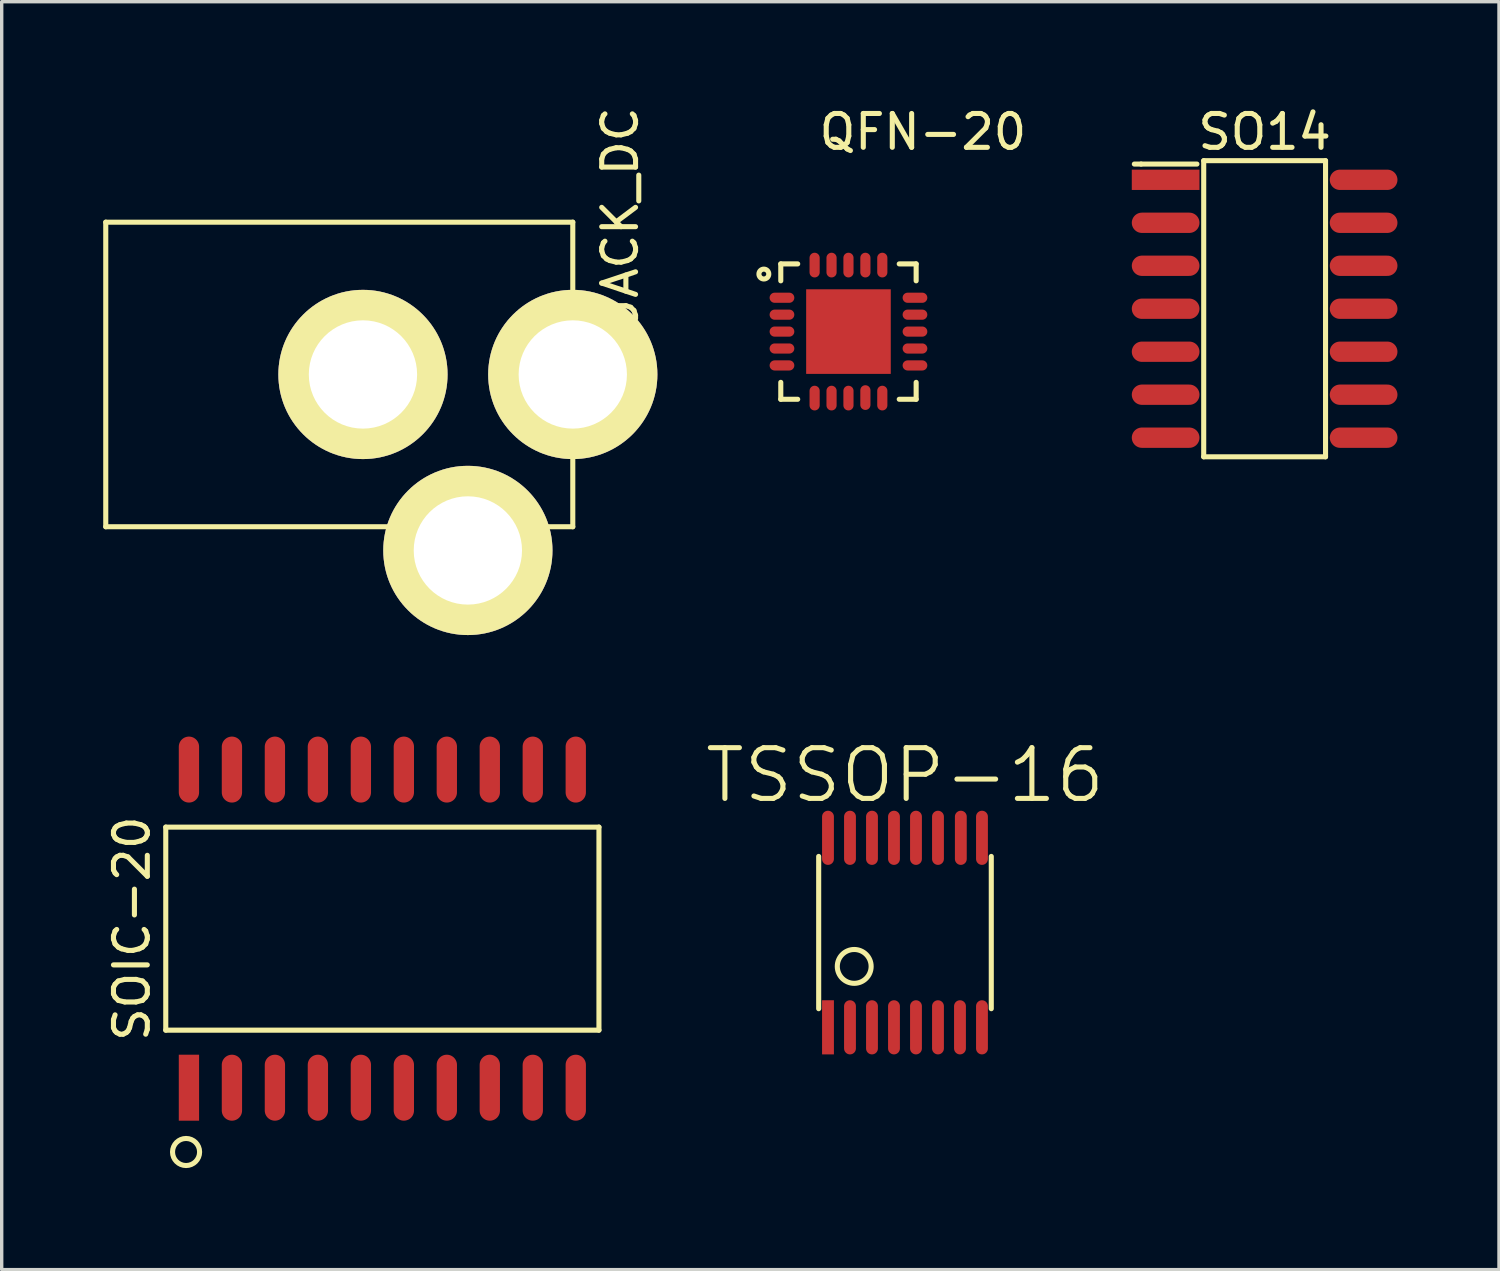
<source format=kicad_pcb>
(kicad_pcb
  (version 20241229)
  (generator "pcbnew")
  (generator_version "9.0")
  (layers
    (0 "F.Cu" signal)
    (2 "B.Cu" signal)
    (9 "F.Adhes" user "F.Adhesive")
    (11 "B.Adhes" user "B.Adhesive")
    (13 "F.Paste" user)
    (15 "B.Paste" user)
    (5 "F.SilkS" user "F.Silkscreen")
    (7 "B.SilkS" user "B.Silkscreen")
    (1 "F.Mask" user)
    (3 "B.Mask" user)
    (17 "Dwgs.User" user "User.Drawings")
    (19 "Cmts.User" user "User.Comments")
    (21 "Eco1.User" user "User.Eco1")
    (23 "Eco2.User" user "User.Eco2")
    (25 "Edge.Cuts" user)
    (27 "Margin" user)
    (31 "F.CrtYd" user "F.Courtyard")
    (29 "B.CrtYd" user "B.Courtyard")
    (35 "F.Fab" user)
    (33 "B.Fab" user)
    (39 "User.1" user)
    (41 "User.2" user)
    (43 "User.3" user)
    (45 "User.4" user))
  (footprint "SO14"
    (layer "F.Cu")
    (at 34.318 6.073)
    (property "Reference" "SO14" (at 0 -5.225 0) (layer "F.SilkS") (effects (font (size 1 1) (thickness 0.15))))
    (attr through_hole)
    (fp_line (start -3.85 -4.275) (end -3.65 -4.275) (stroke (width 0.15) (type solid)) (layer "F.SilkS"))
    (fp_line (start -3.65 -4.275) (end -2 -4.275) (stroke (width 0.15) (type solid)) (layer "F.SilkS"))
    (fp_line (start -1.8 -4.375) (end -1.8 4.375) (stroke (width 0.15) (type solid)) (layer "F.SilkS"))
    (fp_line (start -1.8 4.375) (end 1.8 4.375) (stroke (width 0.15) (type solid)) (layer "F.SilkS"))
    (fp_line (start 1.8 -4.375) (end -1.8 -4.375) (stroke (width 0.15) (type solid)) (layer "F.SilkS"))
    (fp_line (start 1.8 4.375) (end 1.8 -4.375) (stroke (width 0.15) (type solid)) (layer "F.SilkS"))
    (pad "1" smd rect (at -2.925 -3.81) (size 2 0.6) (layers "F.Cu" "F.Mask" "F.Paste"))
    (pad "2" smd oval (at -2.925 -2.54) (size 2 0.6) (layers "F.Cu" "F.Mask" "F.Paste"))
    (pad "3" smd oval (at -2.925 -1.27) (size 2 0.6) (layers "F.Cu" "F.Mask" "F.Paste"))
    (pad "4" smd oval (at -2.925 0) (size 2 0.6) (layers "F.Cu" "F.Mask" "F.Paste"))
    (pad "5" smd oval (at -2.925 1.27) (size 2 0.6) (layers "F.Cu" "F.Mask" "F.Paste"))
    (pad "6" smd oval (at -2.925 2.54) (size 2 0.6) (layers "F.Cu" "F.Mask" "F.Paste"))
    (pad "7" smd oval (at -2.925 3.81) (size 2 0.6) (layers "F.Cu" "F.Mask" "F.Paste"))
    (pad "8" smd oval (at 2.925 3.81) (size 2 0.6) (layers "F.Cu" "F.Mask" "F.Paste"))
    (pad "9" smd oval (at 2.925 2.54) (size 2 0.6) (layers "F.Cu" "F.Mask" "F.Paste"))
    (pad "10" smd oval (at 2.925 1.27) (size 2 0.6) (layers "F.Cu" "F.Mask" "F.Paste"))
    (pad "11" smd oval (at 2.925 0) (size 2 0.6) (layers "F.Cu" "F.Mask" "F.Paste"))
    (pad "12" smd oval (at 2.925 -1.27) (size 2 0.6) (layers "F.Cu" "F.Mask" "F.Paste"))
    (pad "13" smd oval (at 2.925 -2.54) (size 2 0.6) (layers "F.Cu" "F.Mask" "F.Paste"))
    (pad "14" smd oval (at 2.925 -3.81) (size 2 0.6) (layers "F.Cu" "F.Mask" "F.Paste")))
  (footprint "SOIC-20"
    (layer "F.Cu")
    (at 8.248 24.39)
    (property "Reference" "SOIC-20" (at -7.4 0 90) (layer "F.SilkS") (effects (font (size 1 1) (thickness 0.15))))
    (attr through_hole)
    (fp_line (start -6.4 -3) (end -6.4 3) (stroke (width 0.15) (type solid)) (layer "F.SilkS"))
    (fp_line (start -6.4 -3) (end 6.4 -3) (stroke (width 0.15) (type solid)) (layer "F.SilkS"))
    (fp_line (start -6.4 3) (end 6.4 3) (stroke (width 0.15) (type solid)) (layer "F.SilkS"))
    (fp_line (start 6.4 -3) (end 6.4 3) (stroke (width 0.15) (type solid)) (layer "F.SilkS"))
    (fp_circle (center -5.8 6.6) (end -5.4 6.6) (stroke (width 0.15) (type solid)) (fill no) (layer "F.SilkS"))
    (pad "1" smd rect (at -5.715 4.7) (size 0.6 1.95) (layers "F.Cu" "F.Mask" "F.Paste"))
    (pad "2" smd oval (at -4.445 4.7) (size 0.6 1.95) (layers "F.Cu" "F.Mask" "F.Paste"))
    (pad "3" smd oval (at -3.175 4.7) (size 0.6 1.95) (layers "F.Cu" "F.Mask" "F.Paste"))
    (pad "4" smd oval (at -1.905 4.7) (size 0.6 1.95) (layers "F.Cu" "F.Mask" "F.Paste"))
    (pad "5" smd oval (at -0.635 4.7) (size 0.6 1.95) (layers "F.Cu" "F.Mask" "F.Paste"))
    (pad "6" smd oval (at 0.635 4.7) (size 0.6 1.95) (layers "F.Cu" "F.Mask" "F.Paste"))
    (pad "7" smd oval (at 1.905 4.7) (size 0.6 1.95) (layers "F.Cu" "F.Mask" "F.Paste"))
    (pad "8" smd oval (at 3.175 4.7) (size 0.6 1.95) (layers "F.Cu" "F.Mask" "F.Paste"))
    (pad "9" smd oval (at 4.445 4.7) (size 0.6 1.95) (layers "F.Cu" "F.Mask" "F.Paste"))
    (pad "10" smd oval (at 5.715 4.7) (size 0.6 1.95) (layers "F.Cu" "F.Mask" "F.Paste"))
    (pad "11" smd oval (at 5.715 -4.7) (size 0.6 1.95) (layers "F.Cu" "F.Mask" "F.Paste"))
    (pad "12" smd oval (at 4.445 -4.7) (size 0.6 1.95) (layers "F.Cu" "F.Mask" "F.Paste"))
    (pad "13" smd oval (at 3.175 -4.7) (size 0.6 1.95) (layers "F.Cu" "F.Mask" "F.Paste"))
    (pad "14" smd oval (at 1.905 -4.7) (size 0.6 1.95) (layers "F.Cu" "F.Mask" "F.Paste"))
    (pad "15" smd oval (at 0.635 -4.7) (size 0.6 1.95) (layers "F.Cu" "F.Mask" "F.Paste"))
    (pad "16" smd oval (at -0.635 -4.7) (size 0.6 1.95) (layers "F.Cu" "F.Mask" "F.Paste"))
    (pad "17" smd oval (at -1.905 -4.7) (size 0.6 1.95) (layers "F.Cu" "F.Mask" "F.Paste"))
    (pad "18" smd oval (at -3.175 -4.7) (size 0.6 1.95) (layers "F.Cu" "F.Mask" "F.Paste"))
    (pad "19" smd oval (at -4.445 -4.7) (size 0.6 1.95) (layers "F.Cu" "F.Mask" "F.Paste"))
    (pad "20" smd oval (at -5.715 -4.7) (size 0.6 1.95) (layers "F.Cu" "F.Mask" "F.Paste")))
  (footprint "QFN-20"
    (layer "F.Cu")
    (at 22.021 6.748)
    (property "Reference" "QFN-20" (at 2.2 -5.9 0) (layer "F.SilkS") (effects (font (size 1 1) (thickness 0.15))))
    (attr through_hole)
    (fp_line (start -2 -2) (end -2 -1.5) (stroke (width 0.15) (type solid)) (layer "F.SilkS"))
    (fp_line (start -2 1.5) (end -2 2) (stroke (width 0.15) (type solid)) (layer "F.SilkS"))
    (fp_line (start -2 2) (end -1.5 2) (stroke (width 0.15) (type solid)) (layer "F.SilkS"))
    (fp_line (start -1.5 -2) (end -2 -2) (stroke (width 0.15) (type solid)) (layer "F.SilkS"))
    (fp_line (start 1.5 -2) (end 2 -2) (stroke (width 0.15) (type solid)) (layer "F.SilkS"))
    (fp_line (start 1.5 2) (end 2 2) (stroke (width 0.15) (type solid)) (layer "F.SilkS"))
    (fp_line (start 2 -2) (end 2 -1.5) (stroke (width 0.15) (type solid)) (layer "F.SilkS"))
    (fp_line (start 2 2) (end 2 1.5) (stroke (width 0.15) (type solid)) (layer "F.SilkS"))
    (fp_circle (center -2.5 -1.7) (end -2.45 -1.75) (stroke (width 0.15) (type solid)) (fill no) (layer "F.SilkS"))
    (pad "" connect rect (at 0 0) (size 2.5 2.5) (layers "F.Cu" "F.Mask"))
    (pad "1" smd oval (at -1.965 -1) (size 0.73 0.3) (layers "F.Cu" "F.Mask" "F.Paste"))
    (pad "2" smd oval (at -1.965 -0.5) (size 0.73 0.3) (layers "F.Cu" "F.Mask" "F.Paste"))
    (pad "3" smd oval (at -1.965 0) (size 0.73 0.3) (layers "F.Cu" "F.Mask" "F.Paste"))
    (pad "4" smd oval (at -1.965 0.5) (size 0.73 0.3) (layers "F.Cu" "F.Mask" "F.Paste"))
    (pad "5" smd oval (at -1.965 1) (size 0.73 0.3) (layers "F.Cu" "F.Mask" "F.Paste"))
    (pad "6" smd oval (at -1 1.965) (size 0.3 0.73) (layers "F.Cu" "F.Mask" "F.Paste"))
    (pad "7" smd oval (at -0.5 1.965) (size 0.3 0.73) (layers "F.Cu" "F.Mask" "F.Paste"))
    (pad "8" smd oval (at 0 1.965) (size 0.3 0.73) (layers "F.Cu" "F.Mask" "F.Paste"))
    (pad "9" smd oval (at 0.5 1.95) (size 0.3 0.73) (layers "F.Cu" "F.Mask" "F.Paste"))
    (pad "10" smd oval (at 1 1.965) (size 0.3 0.73) (layers "F.Cu" "F.Mask" "F.Paste"))
    (pad "11" smd oval (at 1.965 1) (size 0.73 0.3) (layers "F.Cu" "F.Mask" "F.Paste"))
    (pad "12" smd oval (at 1.965 0.5) (size 0.73 0.3) (layers "F.Cu" "F.Mask" "F.Paste"))
    (pad "13" smd oval (at 1.965 0) (size 0.73 0.3) (layers "F.Cu" "F.Mask" "F.Paste"))
    (pad "14" smd oval (at 1.965 -0.5) (size 0.73 0.3) (layers "F.Cu" "F.Mask" "F.Paste"))
    (pad "15" smd oval (at 1.965 -1) (size 0.73 0.3) (layers "F.Cu" "F.Mask" "F.Paste"))
    (pad "16" smd oval (at 1 -1.965) (size 0.3 0.73) (layers "F.Cu" "F.Mask" "F.Paste"))
    (pad "17" smd oval (at 0.5 -1.965) (size 0.3 0.73) (layers "F.Cu" "F.Mask" "F.Paste"))
    (pad "18" smd oval (at 0 -1.965) (size 0.3 0.73) (layers "F.Cu" "F.Mask" "F.Paste"))
    (pad "19" smd oval (at -0.5 -1.965) (size 0.3 0.73) (layers "F.Cu" "F.Mask" "F.Paste"))
    (pad "20" smd oval (at -1 -1.965) (size 0.3 0.73) (layers "F.Cu" "F.Mask" "F.Paste")))
  (footprint "JACK_DC"
    (layer "F.Cu")
    (at 10.775 8.015)
    (property "Reference" "JACK_DC" (at 4.5 -4.7 270) (layer "F.SilkS") (effects (font (size 1 1) (thickness 0.15))))
    (attr through_hole)
    (fp_line (start -10.7 -4.5) (end -10.7 4.5) (stroke (width 0.15) (type solid)) (layer "F.SilkS"))
    (fp_line (start -10.7 4.5) (end 3.1 4.5) (stroke (width 0.15) (type solid)) (layer "F.SilkS"))
    (fp_line (start 3.1 -4.5) (end -10.7 -4.5) (stroke (width 0.15) (type solid)) (layer "F.SilkS"))
    (fp_line (start 3.1 -4.5) (end 3.1 4.5) (stroke (width 0.15) (type solid)) (layer "F.SilkS"))
    (pad "1" thru_hole circle (at 3.1 0) (size 5 5) (drill 3.2) (layers "*.Cu" "*.Mask" "F.SilkS"))
    (pad "2" thru_hole circle (at -3.1 0) (size 5 5) (drill 3.2) (layers "*.Cu" "*.Mask" "F.SilkS"))
    (pad "3" thru_hole circle (at 0 5.2) (size 5 5) (drill 3.2) (layers "*.Cu" "*.Mask" "F.SilkS")))
  (footprint "TSSOP-16"
    (layer "F.Cu")
    (at 23.691 24.506)
    (property "Reference" "TSSOP-16" (at 0 -4.65 0) (layer "F.SilkS") (effects (font (size 1.5 1.5) (thickness 0.15))))
    (attr through_hole)
    (fp_line (start -2.55 -2.25) (end -2.55 2.25) (stroke (width 0.15) (type solid)) (layer "F.SilkS"))
    (fp_line (start 2.55 -2.25) (end 2.55 2.25) (stroke (width 0.15) (type solid)) (layer "F.SilkS"))
    (fp_circle (center -1.5 1) (end -1.5 0.5) (stroke (width 0.15) (type solid)) (fill no) (layer "F.SilkS"))
    (pad "1" smd rect (at -2.275 2.8) (size 0.35 1.6) (layers "F.Cu" "F.Mask" "F.Paste"))
    (pad "2" smd oval (at -1.625 2.8) (size 0.35 1.6) (layers "F.Cu" "F.Mask" "F.Paste"))
    (pad "3" smd oval (at -0.975 2.8) (size 0.35 1.6) (layers "F.Cu" "F.Mask" "F.Paste"))
    (pad "4" smd oval (at -0.325 2.8) (size 0.35 1.6) (layers "F.Cu" "F.Mask" "F.Paste"))
    (pad "5" smd oval (at 0.325 2.8) (size 0.35 1.6) (layers "F.Cu" "F.Mask" "F.Paste"))
    (pad "6" smd oval (at 0.975 2.8) (size 0.35 1.6) (layers "F.Cu" "F.Mask" "F.Paste"))
    (pad "7" smd oval (at 1.625 2.8) (size 0.35 1.6) (layers "F.Cu" "F.Mask" "F.Paste"))
    (pad "8" smd oval (at 2.275 2.8) (size 0.35 1.6) (layers "F.Cu" "F.Mask" "F.Paste"))
    (pad "9" smd oval (at 2.275 -2.8) (size 0.35 1.6) (layers "F.Cu" "F.Mask" "F.Paste"))
    (pad "10" smd oval (at 1.65 -2.8) (size 0.35 1.6) (layers "F.Cu" "F.Mask" "F.Paste"))
    (pad "11" smd oval (at 0.975 -2.8) (size 0.35 1.6) (layers "F.Cu" "F.Mask" "F.Paste"))
    (pad "12" smd oval (at 0.325 -2.8) (size 0.35 1.6) (layers "F.Cu" "F.Mask" "F.Paste"))
    (pad "13" smd oval (at -0.325 -2.8) (size 0.35 1.6) (layers "F.Cu" "F.Mask" "F.Paste"))
    (pad "14" smd oval (at -0.975 -2.8) (size 0.35 1.6) (layers "F.Cu" "F.Mask" "F.Paste"))
    (pad "15" smd oval (at -1.625 -2.8) (size 0.35 1.6) (layers "F.Cu" "F.Mask" "F.Paste"))
    (pad "16" smd oval (at -2.275 -2.8) (size 0.35 1.6) (layers "F.Cu" "F.Mask" "F.Paste")))
  (gr_rect
    (start -3 -3)
    (end 41.243 34.465)
    (stroke (width 0.1) (type default))
    (fill no)
    (layer "Edge.Cuts")))
</source>
